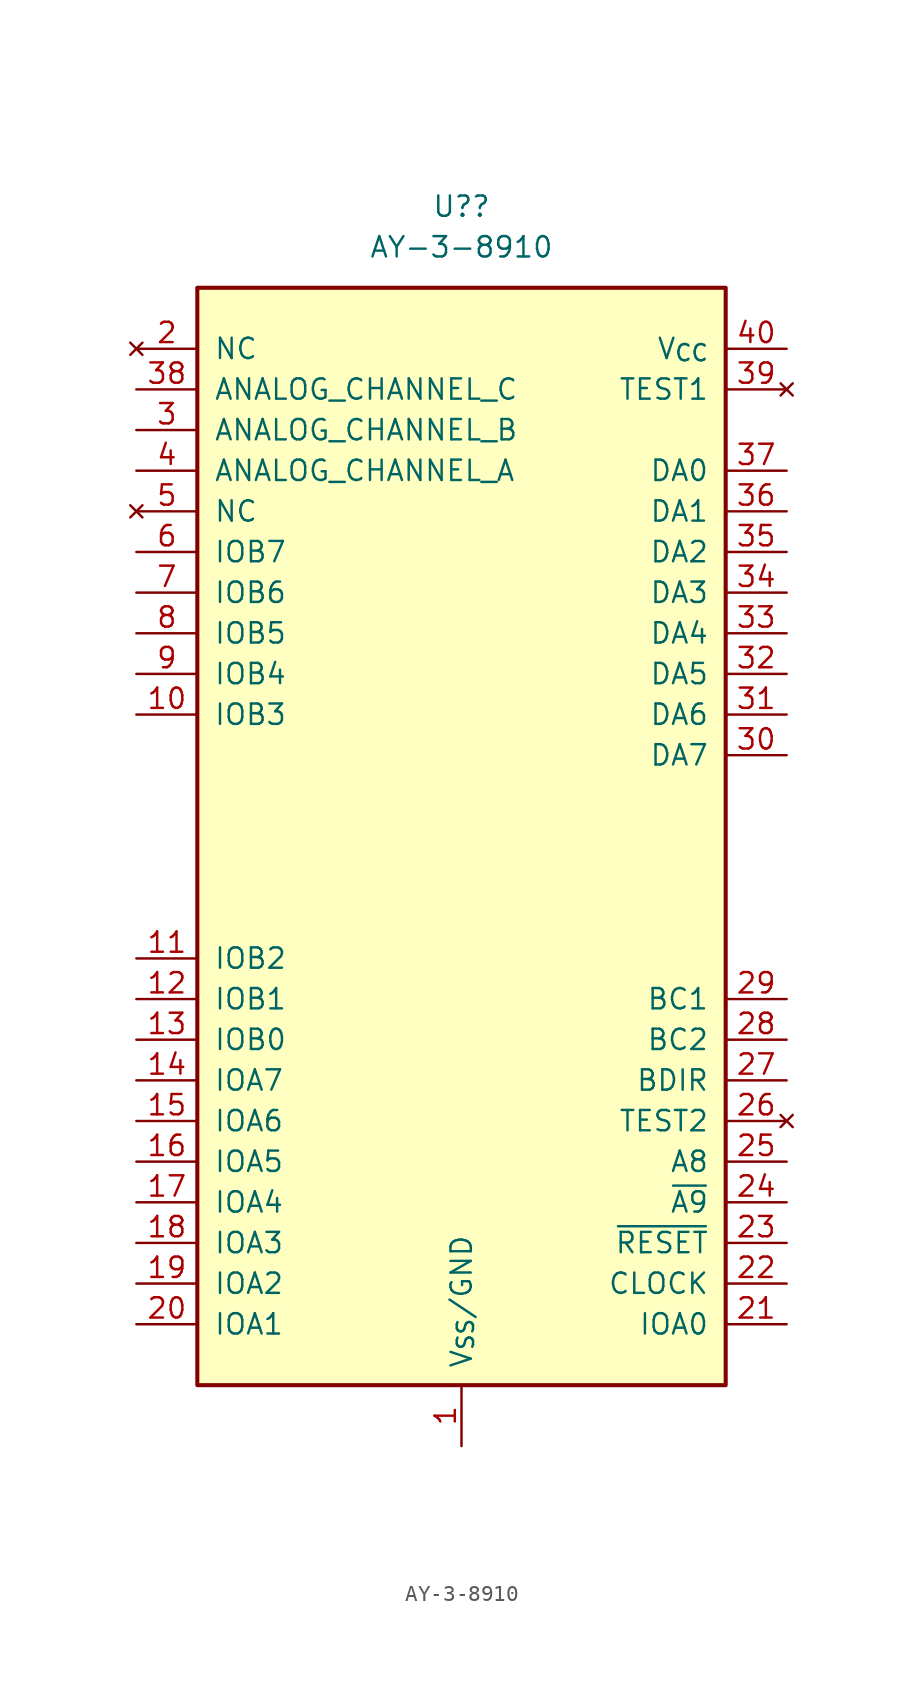
<source format=kicad_sym>
(kicad_symbol_lib
  (version 20211014)
  (generator kicad_symbol_editor)
  (symbol "AY-3-8910"
    (pin_names
      (offset 1.016))
    (property "Reference" "U?"
      (at 0 39.37 0)
      (effects (font (size 1.27 1.27))))
    (property "Value" "AY-3-8910"
      (at 0 36.83 0)
      (effects (font (size 1.27 1.27))))
    (symbol "AY-3-8910_0_1"
      (rectangle (start -16.51 -34.29) (end 16.51 34.29) (stroke (width 0.254) (type default) (color 0 0 0 0)) (fill (type background))))
    (symbol "AY-3-8910_1_1"
      (pin power_in line (at 0 -38.1 90) (length 3.81) (name "V_{SS}/GND" (effects (font (size 1.27 1.27)))) (number "1" (effects (font (size 1.27 1.27)))))
      (pin passive line (at -20.32 7.62 0) (length 3.81) (name "IOB3" (effects (font (size 1.27 1.27)))) (number "10" (effects (font (size 1.27 1.27)))))
      (pin passive line (at -20.32 -7.62 0) (length 3.81) (name "IOB2" (effects (font (size 1.27 1.27)))) (number "11" (effects (font (size 1.27 1.27)))))
      (pin passive line (at -20.32 -10.16 0) (length 3.81) (name "IOB1" (effects (font (size 1.27 1.27)))) (number "12" (effects (font (size 1.27 1.27)))))
      (pin passive line (at -20.32 -12.7 0) (length 3.81) (name "IOB0" (effects (font (size 1.27 1.27)))) (number "13" (effects (font (size 1.27 1.27)))))
      (pin passive line (at -20.32 -15.24 0) (length 3.81) (name "IOA7" (effects (font (size 1.27 1.27)))) (number "14" (effects (font (size 1.27 1.27)))))
      (pin passive line (at -20.32 -17.78 0) (length 3.81) (name "IOA6" (effects (font (size 1.27 1.27)))) (number "15" (effects (font (size 1.27 1.27)))))
      (pin passive line (at -20.32 -20.32 0) (length 3.81) (name "IOA5" (effects (font (size 1.27 1.27)))) (number "16" (effects (font (size 1.27 1.27)))))
      (pin passive line (at -20.32 -22.86 0) (length 3.81) (name "IOA4" (effects (font (size 1.27 1.27)))) (number "17" (effects (font (size 1.27 1.27)))))
      (pin passive line (at -20.32 -25.4 0) (length 3.81) (name "IOA3" (effects (font (size 1.27 1.27)))) (number "18" (effects (font (size 1.27 1.27)))))
      (pin passive line (at -20.32 -27.94 0) (length 3.81) (name "IOA2" (effects (font (size 1.27 1.27)))) (number "19" (effects (font (size 1.27 1.27)))))
      (pin no_connect line (at -20.32 30.48 0) (length 3.81) (name "NC" (effects (font (size 1.27 1.27)))) (number "2" (effects (font (size 1.27 1.27)))))
      (pin passive line (at -20.32 -30.48 0) (length 3.81) (name "IOA1" (effects (font (size 1.27 1.27)))) (number "20" (effects (font (size 1.27 1.27)))))
      (pin passive line (at 20.32 -30.48 180) (length 3.81) (name "IOA0" (effects (font (size 1.27 1.27)))) (number "21" (effects (font (size 1.27 1.27)))))
      (pin passive line (at 20.32 -27.94 180) (length 3.81) (name "CLOCK" (effects (font (size 1.27 1.27)))) (number "22" (effects (font (size 1.27 1.27)))))
      (pin passive line (at 20.32 -25.4 180) (length 3.81) (name "~{RESET}" (effects (font (size 1.27 1.27)))) (number "23" (effects (font (size 1.27 1.27)))))
      (pin passive line (at 20.32 -22.86 180) (length 3.81) (name "~{A9}" (effects (font (size 1.27 1.27)))) (number "24" (effects (font (size 1.27 1.27)))))
      (pin passive line (at 20.32 -20.32 180) (length 3.81) (name "A8" (effects (font (size 1.27 1.27)))) (number "25" (effects (font (size 1.27 1.27)))))
      (pin no_connect line (at 20.32 -17.78 180) (length 3.81) (name "TEST2" (effects (font (size 1.27 1.27)))) (number "26" (effects (font (size 1.27 1.27)))))
      (pin passive line (at 20.32 -15.24 180) (length 3.81) (name "BDIR" (effects (font (size 1.27 1.27)))) (number "27" (effects (font (size 1.27 1.27)))))
      (pin passive line (at 20.32 -12.7 180) (length 3.81) (name "BC2" (effects (font (size 1.27 1.27)))) (number "28" (effects (font (size 1.27 1.27)))))
      (pin passive line (at 20.32 -10.16 180) (length 3.81) (name "BC1" (effects (font (size 1.27 1.27)))) (number "29" (effects (font (size 1.27 1.27)))))
      (pin passive line (at -20.32 25.4 0) (length 3.81) (name "ANALOG_CHANNEL_B" (effects (font (size 1.27 1.27)))) (number "3" (effects (font (size 1.27 1.27)))))
      (pin passive line (at 20.32 5.08 180) (length 3.81) (name "DA7" (effects (font (size 1.27 1.27)))) (number "30" (effects (font (size 1.27 1.27)))))
      (pin passive line (at 20.32 7.62 180) (length 3.81) (name "DA6" (effects (font (size 1.27 1.27)))) (number "31" (effects (font (size 1.27 1.27)))))
      (pin passive line (at 20.32 10.16 180) (length 3.81) (name "DA5" (effects (font (size 1.27 1.27)))) (number "32" (effects (font (size 1.27 1.27)))))
      (pin passive line (at 20.32 12.7 180) (length 3.81) (name "DA4" (effects (font (size 1.27 1.27)))) (number "33" (effects (font (size 1.27 1.27)))))
      (pin passive line (at 20.32 15.24 180) (length 3.81) (name "DA3" (effects (font (size 1.27 1.27)))) (number "34" (effects (font (size 1.27 1.27)))))
      (pin passive line (at 20.32 17.78 180) (length 3.81) (name "DA2" (effects (font (size 1.27 1.27)))) (number "35" (effects (font (size 1.27 1.27)))))
      (pin passive line (at 20.32 20.32 180) (length 3.81) (name "DA1" (effects (font (size 1.27 1.27)))) (number "36" (effects (font (size 1.27 1.27)))))
      (pin passive line (at 20.32 22.86 180) (length 3.81) (name "DA0" (effects (font (size 1.27 1.27)))) (number "37" (effects (font (size 1.27 1.27)))))
      (pin passive line (at -20.32 27.94 0) (length 3.81) (name "ANALOG_CHANNEL_C" (effects (font (size 1.27 1.27)))) (number "38" (effects (font (size 1.27 1.27)))))
      (pin no_connect line (at 20.32 27.94 180) (length 3.81) (name "TEST1" (effects (font (size 1.27 1.27)))) (number "39" (effects (font (size 1.27 1.27)))))
      (pin passive line (at -20.32 22.86 0) (length 3.81) (name "ANALOG_CHANNEL_A" (effects (font (size 1.27 1.27)))) (number "4" (effects (font (size 1.27 1.27)))))
      (pin power_in line (at 20.32 30.48 180) (length 3.81) (name "V_{CC}" (effects (font (size 1.27 1.27)))) (number "40" (effects (font (size 1.27 1.27)))))
      (pin no_connect line (at -20.32 20.32 0) (length 3.81) (name "NC" (effects (font (size 1.27 1.27)))) (number "5" (effects (font (size 1.27 1.27)))))
      (pin passive line (at -20.32 17.78 0) (length 3.81) (name "IOB7" (effects (font (size 1.27 1.27)))) (number "6" (effects (font (size 1.27 1.27)))))
      (pin passive line (at -20.32 15.24 0) (length 3.81) (name "IOB6" (effects (font (size 1.27 1.27)))) (number "7" (effects (font (size 1.27 1.27)))))
      (pin passive line (at -20.32 12.7 0) (length 3.81) (name "IOB5" (effects (font (size 1.27 1.27)))) (number "8" (effects (font (size 1.27 1.27)))))
      (pin passive line (at -20.32 10.16 0) (length 3.81) (name "IOB4" (effects (font (size 1.27 1.27)))) (number "9" (effects (font (size 1.27 1.27))))))))
</source>
